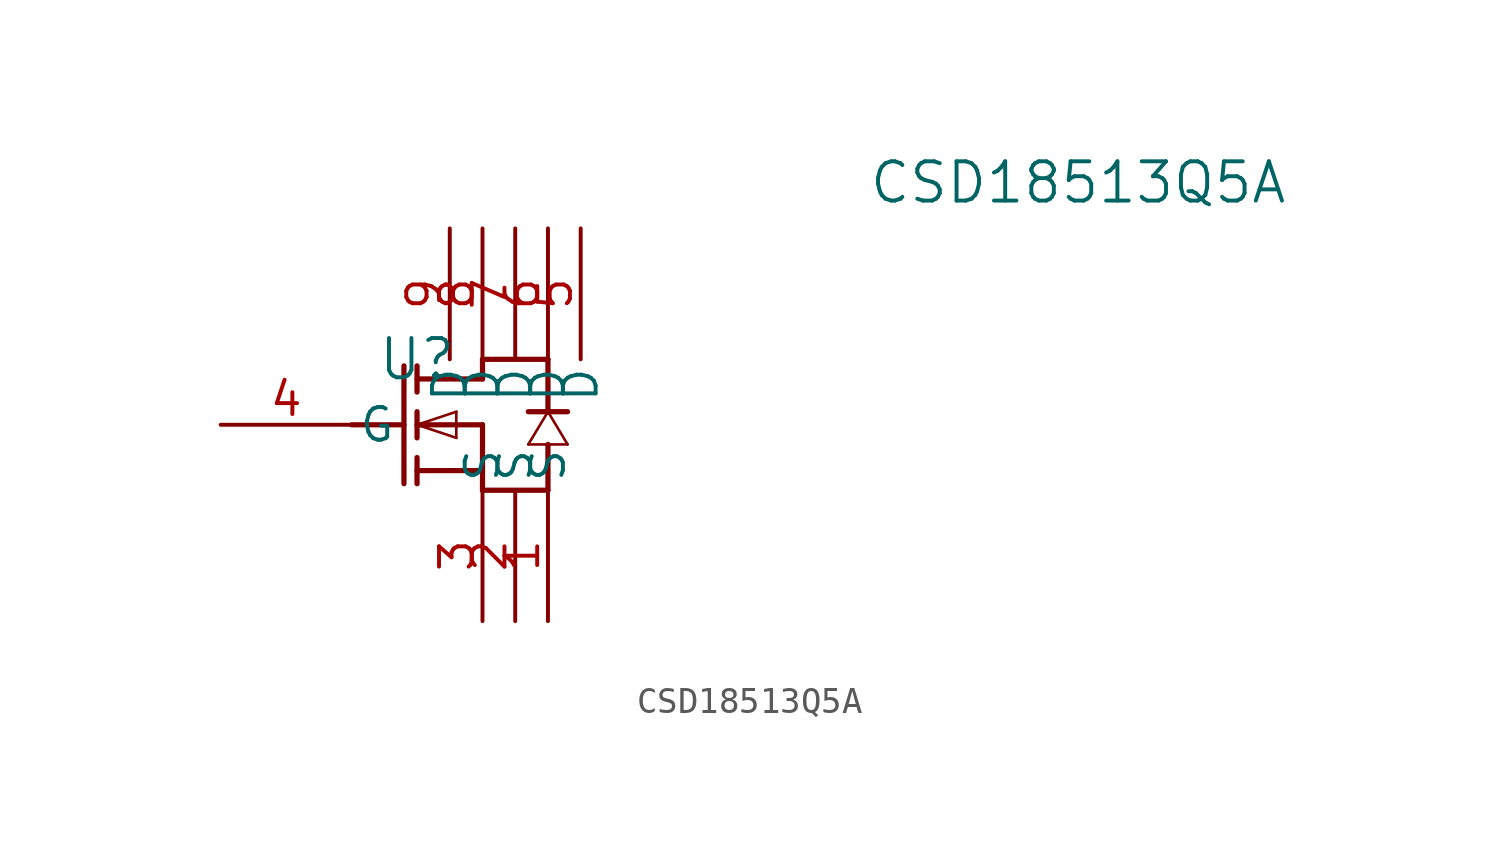
<source format=kicad_sym>
(kicad_symbol_lib
  (version 20241209)
  (generator "kicad_symbol_editor")
  (generator_version "9.0")
  (symbol "CSD18513Q5A"
    (pin_names
      (offset 0.254))
    (property "Reference" "U"
      (at 0 2.54 0)
      (effects (font (size 1.524 1.524))))
    (property "Value" "CSD18513Q5A"
      (at 25.654 9.398 0)
      (effects (font (size 1.524 1.524))))
    (property "ki_locked" ""
      (at 0 0 0)
      (effects (font (size 1.27 1.27))))
    (symbol "CSD18513Q5A_0_1"
      (polyline (pts (xy -2.54 0) (xy -0.508 0)) (stroke (width 0.203) (type default)) (fill (type none)))
      (polyline (pts (xy -0.508 2.286) (xy -0.508 -2.286)) (stroke (width 0.203) (type default)) (fill (type none)))
      (polyline (pts (xy 0 2.286) (xy 0 1.27)) (stroke (width 0.203) (type default)) (fill (type none)))
      (polyline (pts (xy 0 0) (xy 1.524 -0.508)) (stroke (width 0.102) (type default)) (fill (type none)))
      (polyline (pts (xy 0 -0.508) (xy 0 0.508)) (stroke (width 0.203) (type default)) (fill (type none)))
      (polyline (pts (xy 0 -2.286) (xy 0 -1.27)) (stroke (width 0.203) (type default)) (fill (type none)))
      (polyline (pts (xy 1.524 0.508) (xy 0 0)) (stroke (width 0.102) (type default)) (fill (type none)))
      (polyline (pts (xy 1.524 -0.508) (xy 1.524 0.508)) (stroke (width 0.102) (type default)) (fill (type none)))
      (polyline (pts (xy 2.54 2.54) (xy 5.08 2.54)) (stroke (width 0.203) (type default)) (fill (type none)))
      (polyline (pts (xy 2.54 1.778) (xy 0 1.778)) (stroke (width 0.203) (type default)) (fill (type none)))
      (polyline (pts (xy 2.54 1.778) (xy 2.54 2.54)) (stroke (width 0.203) (type default)) (fill (type none)))
      (polyline (pts (xy 2.54 0) (xy 0 0)) (stroke (width 0.203) (type default)) (fill (type none)))
      (polyline (pts (xy 2.54 0) (xy 2.54 -2.54)) (stroke (width 0.203) (type default)) (fill (type none)))
      (polyline (pts (xy 2.54 -1.778) (xy 0 -1.778)) (stroke (width 0.203) (type default)) (fill (type none)))
      (polyline (pts (xy 2.54 -2.54) (xy 5.08 -2.54)) (stroke (width 0.203) (type default)) (fill (type none)))
      (polyline (pts (xy 4.318 0.508) (xy 5.842 0.508)) (stroke (width 0.203) (type default)) (fill (type none)))
      (polyline (pts (xy 4.318 -0.762) (xy 5.842 -0.762)) (stroke (width 0.102) (type default)) (fill (type none)))
      (polyline (pts (xy 5.08 2.54) (xy 5.08 0.508)) (stroke (width 0.203) (type default)) (fill (type none)))
      (polyline (pts (xy 5.08 0.508) (xy 4.318 -0.762)) (stroke (width 0.102) (type default)) (fill (type none)))
      (polyline (pts (xy 5.08 -2.54) (xy 5.08 -0.762)) (stroke (width 0.203) (type default)) (fill (type none)))
      (polyline (pts (xy 5.842 -0.762) (xy 5.08 0.508)) (stroke (width 0.102) (type default)) (fill (type none)))
      (pin unspecified line (at -7.62 0 0) (length 5.08) (name "G" (effects (font (size 1.27 1.27)))) (number "4" (effects (font (size 1.27 1.27)))))
      (pin unspecified line (at 1.27 7.62 270) (length 5.08) (name "D" (effects (font (size 1.27 1.27)))) (number "9" (effects (font (size 1.27 1.27)))))
      (pin unspecified line (at 2.54 7.62 270) (length 5.08) (name "D" (effects (font (size 1.27 1.27)))) (number "8" (effects (font (size 1.27 1.27)))))
      (pin unspecified line (at 2.54 -7.62 90) (length 5.08) (name "S" (effects (font (size 1.27 1.27)))) (number "3" (effects (font (size 1.27 1.27)))))
      (pin unspecified line (at 3.81 7.62 270) (length 5.08) (name "D" (effects (font (size 1.27 1.27)))) (number "7" (effects (font (size 1.27 1.27)))))
      (pin unspecified line (at 3.81 -7.62 90) (length 5.08) (name "S" (effects (font (size 1.27 1.27)))) (number "2" (effects (font (size 1.27 1.27)))))
      (pin unspecified line (at 5.08 7.62 270) (length 5.08) (name "D" (effects (font (size 1.27 1.27)))) (number "6" (effects (font (size 1.27 1.27)))))
      (pin unspecified line (at 5.08 -7.62 90) (length 5.08) (name "S" (effects (font (size 1.27 1.27)))) (number "1" (effects (font (size 1.27 1.27)))))
      (pin unspecified line (at 6.35 7.62 270) (length 5.08) (name "D" (effects (font (size 1.27 1.27)))) (number "5" (effects (font (size 1.27 1.27))))))))
</source>
